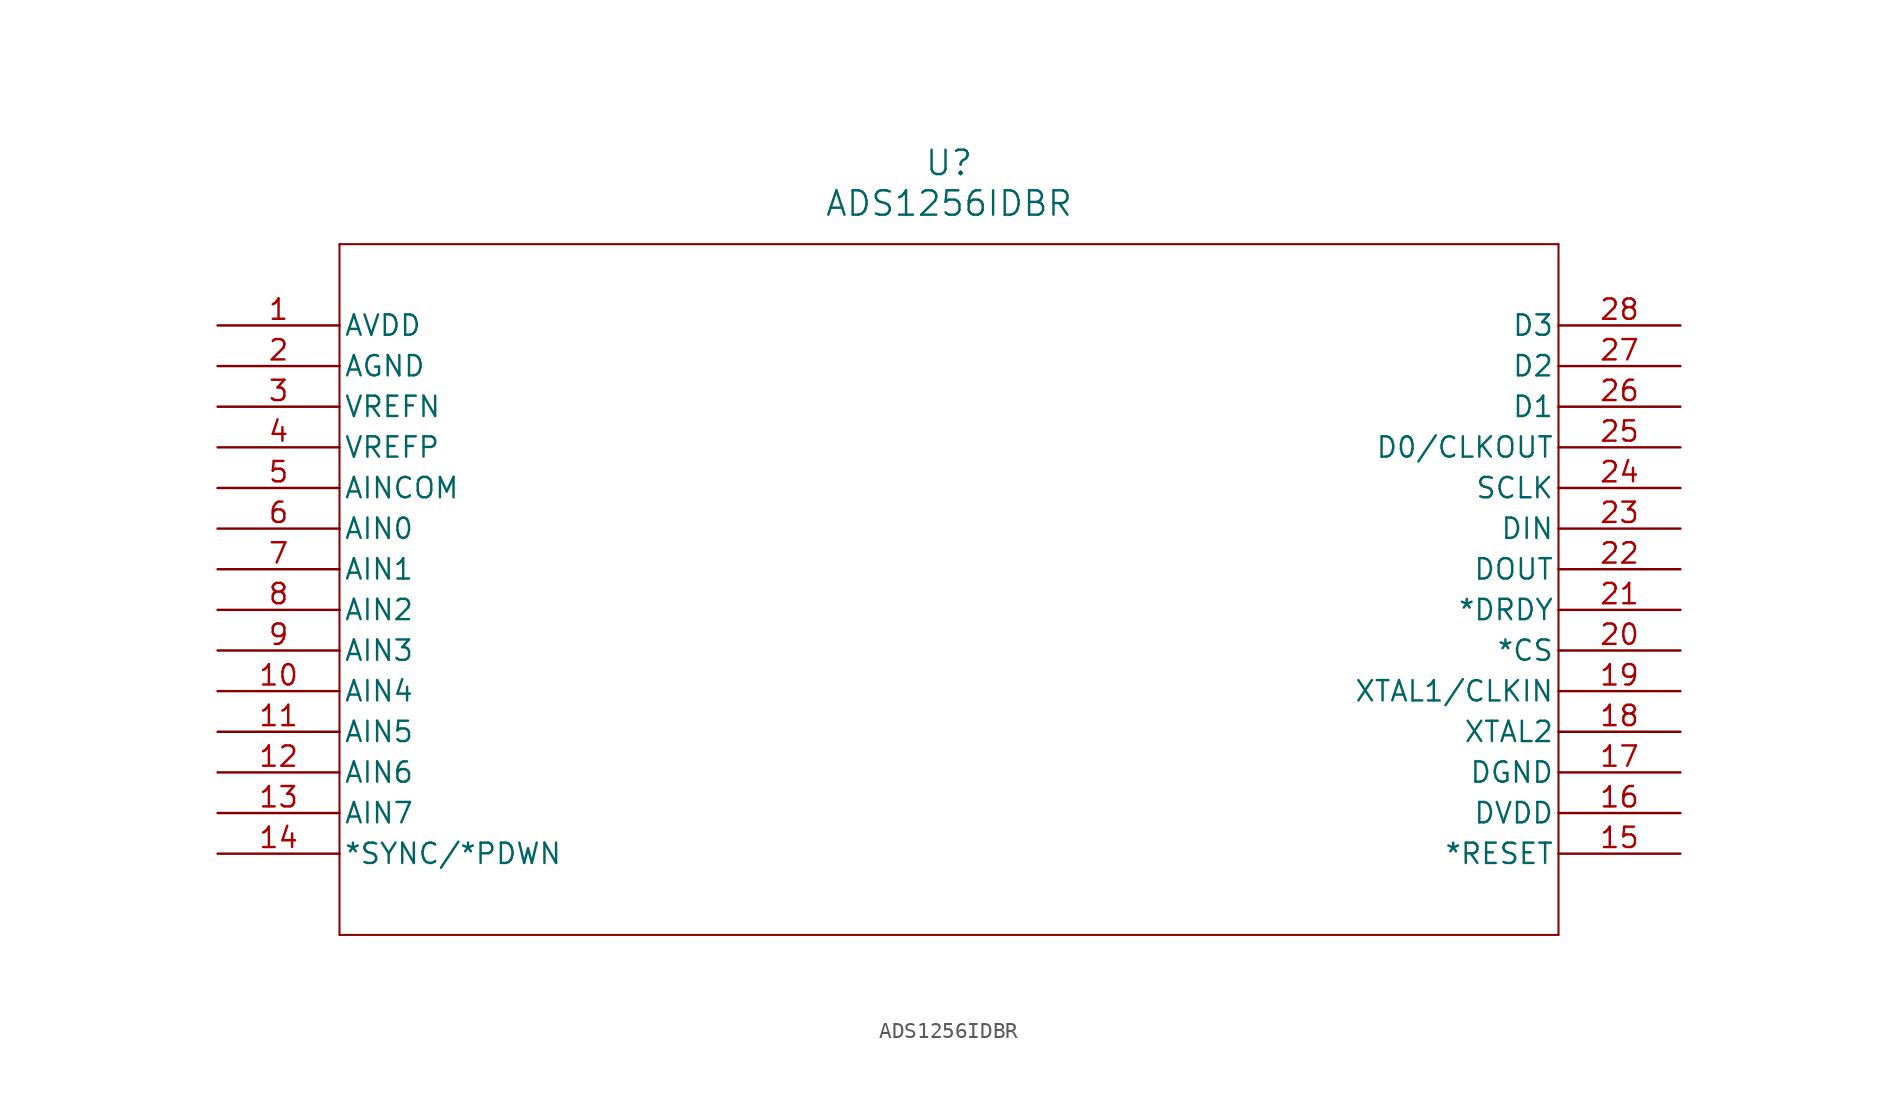
<source format=kicad_sym>
(kicad_symbol_lib
  (version 20211014)
  (generator kicad_symbol_editor)
  (symbol "ADS1256IDBR"
    (pin_names
      (offset 0.254))
    (property "Reference" "U"
      (at 45.72 10.16 0)
      (effects (font (size 1.524 1.524))))
    (property "Value" "ADS1256IDBR"
      (at 45.72 7.62 0)
      (effects (font (size 1.524 1.524))))
    (symbol "ADS1256IDBR_0_1"
      (polyline (pts (xy 7.62 5.08) (xy 7.62 -38.1)) (stroke (width 0.127) (type default) (color 0 0 0 0)) (fill (type none)))
      (polyline (pts (xy 7.62 -38.1) (xy 83.82 -38.1)) (stroke (width 0.127) (type default) (color 0 0 0 0)) (fill (type none)))
      (polyline (pts (xy 83.82 -38.1) (xy 83.82 5.08)) (stroke (width 0.127) (type default) (color 0 0 0 0)) (fill (type none)))
      (polyline (pts (xy 83.82 5.08) (xy 7.62 5.08)) (stroke (width 0.127) (type default) (color 0 0 0 0)) (fill (type none)))
      (pin power_in line (at 0 0 0) (length 7.62) (name "AVDD" (effects (font (size 1.27 1.27)))) (number "1" (effects (font (size 1.27 1.27)))))
      (pin power_in line (at 0 -2.54 0) (length 7.62) (name "AGND" (effects (font (size 1.27 1.27)))) (number "2" (effects (font (size 1.27 1.27)))))
      (pin input line (at 0 -5.08 0) (length 7.62) (name "VREFN" (effects (font (size 1.27 1.27)))) (number "3" (effects (font (size 1.27 1.27)))))
      (pin input line (at 0 -7.62 0) (length 7.62) (name "VREFP" (effects (font (size 1.27 1.27)))) (number "4" (effects (font (size 1.27 1.27)))))
      (pin input line (at 0 -10.16 0) (length 7.62) (name "AINCOM" (effects (font (size 1.27 1.27)))) (number "5" (effects (font (size 1.27 1.27)))))
      (pin input line (at 0 -12.7 0) (length 7.62) (name "AIN0" (effects (font (size 1.27 1.27)))) (number "6" (effects (font (size 1.27 1.27)))))
      (pin input line (at 0 -15.24 0) (length 7.62) (name "AIN1" (effects (font (size 1.27 1.27)))) (number "7" (effects (font (size 1.27 1.27)))))
      (pin input line (at 0 -17.78 0) (length 7.62) (name "AIN2" (effects (font (size 1.27 1.27)))) (number "8" (effects (font (size 1.27 1.27)))))
      (pin input line (at 0 -20.32 0) (length 7.62) (name "AIN3" (effects (font (size 1.27 1.27)))) (number "9" (effects (font (size 1.27 1.27)))))
      (pin input line (at 0 -22.86 0) (length 7.62) (name "AIN4" (effects (font (size 1.27 1.27)))) (number "10" (effects (font (size 1.27 1.27)))))
      (pin input line (at 0 -25.4 0) (length 7.62) (name "AIN5" (effects (font (size 1.27 1.27)))) (number "11" (effects (font (size 1.27 1.27)))))
      (pin input line (at 0 -27.94 0) (length 7.62) (name "AIN6" (effects (font (size 1.27 1.27)))) (number "12" (effects (font (size 1.27 1.27)))))
      (pin input line (at 0 -30.48 0) (length 7.62) (name "AIN7" (effects (font (size 1.27 1.27)))) (number "13" (effects (font (size 1.27 1.27)))))
      (pin input line (at 0 -33.02 0) (length 7.62) (name "*SYNC/*PDWN" (effects (font (size 1.27 1.27)))) (number "14" (effects (font (size 1.27 1.27)))))
      (pin input line (at 91.44 -33.02 180) (length 7.62) (name "*RESET" (effects (font (size 1.27 1.27)))) (number "15" (effects (font (size 1.27 1.27)))))
      (pin power_in line (at 91.44 -30.48 180) (length 7.62) (name "DVDD" (effects (font (size 1.27 1.27)))) (number "16" (effects (font (size 1.27 1.27)))))
      (pin power_in line (at 91.44 -27.94 180) (length 7.62) (name "DGND" (effects (font (size 1.27 1.27)))) (number "17" (effects (font (size 1.27 1.27)))))
      (pin unspecified line (at 91.44 -25.4 180) (length 7.62) (name "XTAL2" (effects (font (size 1.27 1.27)))) (number "18" (effects (font (size 1.27 1.27)))))
      (pin input line (at 91.44 -22.86 180) (length 7.62) (name "XTAL1/CLKIN" (effects (font (size 1.27 1.27)))) (number "19" (effects (font (size 1.27 1.27)))))
      (pin input line (at 91.44 -20.32 180) (length 7.62) (name "*CS" (effects (font (size 1.27 1.27)))) (number "20" (effects (font (size 1.27 1.27)))))
      (pin output line (at 91.44 -17.78 180) (length 7.62) (name "*DRDY" (effects (font (size 1.27 1.27)))) (number "21" (effects (font (size 1.27 1.27)))))
      (pin output line (at 91.44 -15.24 180) (length 7.62) (name "DOUT" (effects (font (size 1.27 1.27)))) (number "22" (effects (font (size 1.27 1.27)))))
      (pin input line (at 91.44 -12.7 180) (length 7.62) (name "DIN" (effects (font (size 1.27 1.27)))) (number "23" (effects (font (size 1.27 1.27)))))
      (pin input line (at 91.44 -10.16 180) (length 7.62) (name "SCLK" (effects (font (size 1.27 1.27)))) (number "24" (effects (font (size 1.27 1.27)))))
      (pin bidirectional line (at 91.44 -7.62 180) (length 7.62) (name "D0/CLKOUT" (effects (font (size 1.27 1.27)))) (number "25" (effects (font (size 1.27 1.27)))))
      (pin bidirectional line (at 91.44 -5.08 180) (length 7.62) (name "D1" (effects (font (size 1.27 1.27)))) (number "26" (effects (font (size 1.27 1.27)))))
      (pin bidirectional line (at 91.44 -2.54 180) (length 7.62) (name "D2" (effects (font (size 1.27 1.27)))) (number "27" (effects (font (size 1.27 1.27)))))
      (pin bidirectional line (at 91.44 0 180) (length 7.62) (name "D3" (effects (font (size 1.27 1.27)))) (number "28" (effects (font (size 1.27 1.27))))))))
</source>
